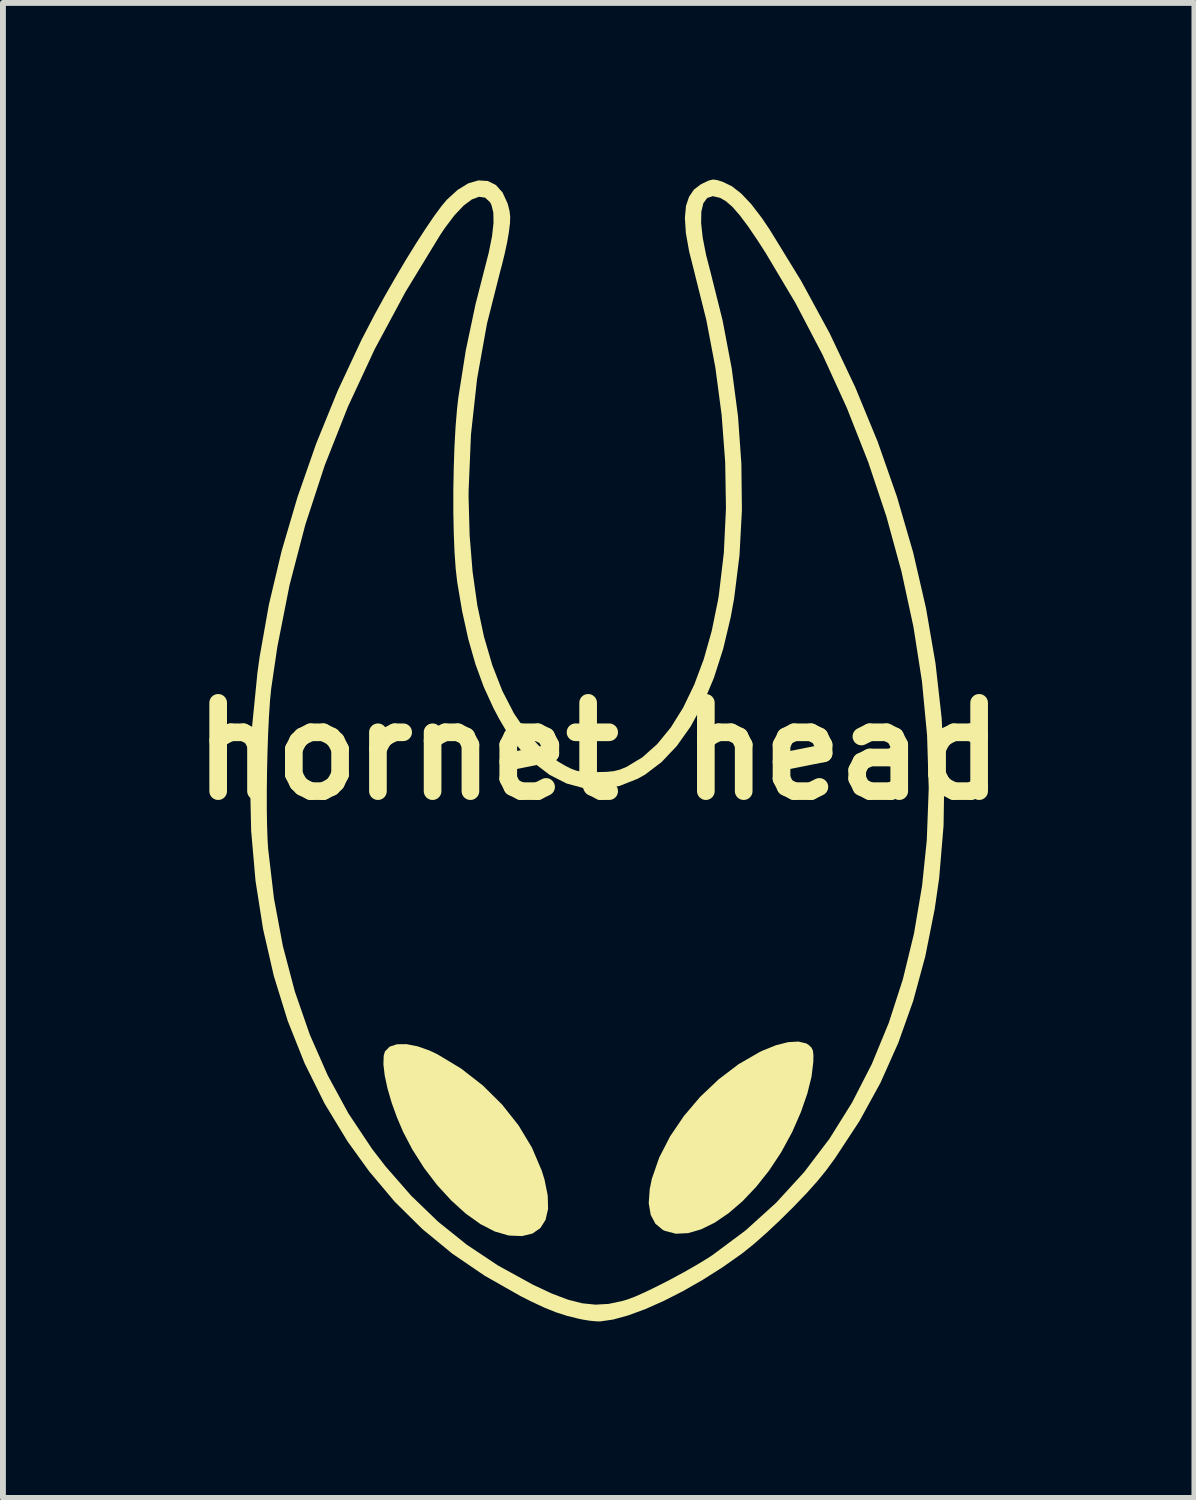
<source format=kicad_pcb>
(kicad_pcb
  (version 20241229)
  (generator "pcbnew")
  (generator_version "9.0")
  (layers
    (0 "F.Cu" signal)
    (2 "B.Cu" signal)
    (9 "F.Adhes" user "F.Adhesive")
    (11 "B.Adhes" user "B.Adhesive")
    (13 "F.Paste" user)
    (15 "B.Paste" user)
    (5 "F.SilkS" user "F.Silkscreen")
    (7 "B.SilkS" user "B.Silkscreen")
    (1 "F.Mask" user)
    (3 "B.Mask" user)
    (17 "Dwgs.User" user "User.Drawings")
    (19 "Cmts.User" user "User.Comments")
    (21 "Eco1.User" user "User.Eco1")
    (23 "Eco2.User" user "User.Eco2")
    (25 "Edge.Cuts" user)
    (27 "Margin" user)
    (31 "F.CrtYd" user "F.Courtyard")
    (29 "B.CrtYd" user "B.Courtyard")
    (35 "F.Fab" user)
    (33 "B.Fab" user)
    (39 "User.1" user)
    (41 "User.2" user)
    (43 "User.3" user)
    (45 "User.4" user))
  (footprint "hornet head"
    (layer "F.Cu")
    (at 7.121 9.713)
    (property "Reference" "hornet head" (at 0 0 0) (layer "F.SilkS") (effects (font (size 1.5 1.5) (thickness 0.3))))
    (attr board_only exclude_from_pos_files exclude_from_bom)
    (fp_poly (pts (xy -3.075 5.014) (xy -2.865 5.089) (xy -2.738 5.15) (xy -2.336 5.392) (xy -1.968 5.679) (xy -1.641 6.003) (xy -1.361 6.357) (xy -1.134 6.734) (xy -0.967 7.126) (xy -0.92 7.276) (xy -0.865 7.547) (xy -0.859 7.776) (xy -0.902 7.962) (xy -0.99 8.102) (xy -1.124 8.195) (xy -1.302 8.238) (xy -1.523 8.229) (xy -1.537 8.226) (xy -1.767 8.159) (xy -2.009 8.034) (xy -2.257 7.857) (xy -2.503 7.634) (xy -2.742 7.374) (xy -2.965 7.082) (xy -3.166 6.765) (xy -3.321 6.47) (xy -3.428 6.219) (xy -3.518 5.969) (xy -3.588 5.728) (xy -3.635 5.509) (xy -3.657 5.32) (xy -3.652 5.174) (xy -3.63 5.1) (xy -3.551 5.02) (xy -3.427 4.979) (xy -3.265 4.977)) (stroke (width 0) (type solid)) (fill yes) (layer "F.SilkS"))
    (fp_poly (pts (xy 3.528 4.965) (xy 3.57 4.992) (xy 3.617 5.037) (xy 3.641 5.089) (xy 3.649 5.17) (xy 3.647 5.28) (xy 3.617 5.53) (xy 3.545 5.818) (xy 3.437 6.13) (xy 3.296 6.453) (xy 3.282 6.482) (xy 3.099 6.818) (xy 2.895 7.126) (xy 2.675 7.403) (xy 2.444 7.646) (xy 2.208 7.849) (xy 1.972 8.01) (xy 1.74 8.124) (xy 1.518 8.188) (xy 1.311 8.198) (xy 1.124 8.149) (xy 1.09 8.133) (xy 0.964 8.028) (xy 0.884 7.876) (xy 0.851 7.681) (xy 0.867 7.444) (xy 0.904 7.264) (xy 1.029 6.904) (xy 1.214 6.544) (xy 1.449 6.197) (xy 1.727 5.87) (xy 2.04 5.574) (xy 2.378 5.317) (xy 2.735 5.111) (xy 2.783 5.088) (xy 3.014 4.995) (xy 3.22 4.943) (xy 3.394 4.933)) (stroke (width 0) (type solid)) (fill yes) (layer "F.SilkS"))
    (fp_poly (pts (xy 2.013 -9.704) (xy 2.109 -9.673) (xy 2.263 -9.599) (xy 2.422 -9.475) (xy 2.59 -9.298) (xy 2.771 -9.062) (xy 2.905 -8.864) (xy 3.44 -7.992) (xy 3.926 -7.098) (xy 4.359 -6.185) (xy 4.741 -5.258) (xy 5.069 -4.321) (xy 5.343 -3.379) (xy 5.561 -2.435) (xy 5.723 -1.494) (xy 5.828 -0.561) (xy 5.874 0.361) (xy 5.86 1.266) (xy 5.786 2.152) (xy 5.709 2.686) (xy 5.549 3.488) (xy 5.344 4.243) (xy 5.09 4.957) (xy 4.787 5.636) (xy 4.43 6.286) (xy 4.018 6.913) (xy 3.864 7.124) (xy 3.717 7.304) (xy 3.53 7.513) (xy 3.315 7.737) (xy 3.086 7.964) (xy 2.857 8.179) (xy 2.64 8.371) (xy 2.448 8.525) (xy 2.431 8.538) (xy 2.105 8.768) (xy 1.769 8.981) (xy 1.433 9.173) (xy 1.105 9.34) (xy 0.792 9.479) (xy 0.504 9.585) (xy 0.247 9.656) (xy 0.031 9.687) (xy -0.03 9.687) (xy -0.136 9.678) (xy -0.269 9.657) (xy -0.34 9.642) (xy -0.538 9.593) (xy -0.725 9.533) (xy -0.919 9.455) (xy -1.138 9.353) (xy -1.326 9.258) (xy -1.936 8.912) (xy -2.49 8.534) (xy -2.998 8.116) (xy -3.466 7.653) (xy -3.901 7.136) (xy -4.265 6.631) (xy -4.656 5.987) (xy -4.996 5.302) (xy -5.284 4.578) (xy -5.519 3.818) (xy -5.701 3.024) (xy -5.83 2.201) (xy -5.904 1.35) (xy -5.919 0.674) (xy -5.638 0.674) (xy -5.638 0.991) (xy -5.633 1.28) (xy -5.624 1.526) (xy -5.615 1.661) (xy -5.516 2.502) (xy -5.365 3.31) (xy -5.162 4.081) (xy -4.908 4.814) (xy -4.603 5.507) (xy -4.25 6.156) (xy -3.848 6.759) (xy -3.619 7.056) (xy -3.184 7.553) (xy -2.728 7.993) (xy -2.241 8.384) (xy -1.713 8.736) (xy -1.131 9.056) (xy -1.101 9.071) (xy -0.792 9.216) (xy -0.522 9.318) (xy -0.279 9.38) (xy -0.053 9.403) (xy 0.17 9.39) (xy 0.401 9.341) (xy 0.483 9.317) (xy 0.615 9.268) (xy 0.792 9.189) (xy 0.998 9.089) (xy 1.221 8.975) (xy 1.446 8.853) (xy 1.66 8.731) (xy 1.848 8.617) (xy 1.932 8.562) (xy 2.495 8.143) (xy 3.015 7.672) (xy 3.491 7.152) (xy 3.921 6.585) (xy 4.304 5.972) (xy 4.641 5.315) (xy 4.929 4.616) (xy 5.168 3.877) (xy 5.357 3.101) (xy 5.495 2.287) (xy 5.575 1.513) (xy 5.608 0.633) (xy 5.58 -0.269) (xy 5.493 -1.187) (xy 5.348 -2.115) (xy 5.146 -3.049) (xy 4.89 -3.984) (xy 4.58 -4.912) (xy 4.218 -5.83) (xy 3.806 -6.732) (xy 3.345 -7.613) (xy 2.837 -8.466) (xy 2.704 -8.673) (xy 2.538 -8.918) (xy 2.396 -9.107) (xy 2.274 -9.247) (xy 2.164 -9.343) (xy 2.065 -9.401) (xy 1.94 -9.43) (xy 1.844 -9.399) (xy 1.779 -9.311) (xy 1.745 -9.168) (xy 1.741 -8.972) (xy 1.768 -8.725) (xy 1.826 -8.429) (xy 1.904 -8.127) (xy 2.106 -7.319) (xy 2.261 -6.503) (xy 2.368 -5.688) (xy 2.425 -4.882) (xy 2.434 -4.093) (xy 2.393 -3.328) (xy 2.302 -2.597) (xy 2.244 -2.278) (xy 2.116 -1.739) (xy 1.959 -1.248) (xy 1.774 -0.808) (xy 1.563 -0.42) (xy 1.328 -0.089) (xy 1.07 0.184) (xy 0.791 0.396) (xy 0.663 0.468) (xy 0.358 0.589) (xy 0.054 0.643) (xy -0.248 0.629) (xy -0.544 0.549) (xy -0.833 0.402) (xy -1.112 0.189) (xy -1.146 0.158) (xy -1.306 -0.001) (xy -1.442 -0.16) (xy -1.565 -0.336) (xy -1.689 -0.547) (xy -1.789 -0.736) (xy -1.953 -1.095) (xy -2.094 -1.481) (xy -2.215 -1.905) (xy -2.319 -2.377) (xy -2.403 -2.873) (xy -2.429 -3.103) (xy -2.449 -3.387) (xy -2.462 -3.712) (xy -2.469 -4.067) (xy -2.469 -4.437) (xy -2.462 -4.809) (xy -2.45 -5.172) (xy -2.431 -5.511) (xy -2.406 -5.813) (xy -2.385 -6.001) (xy -2.257 -6.812) (xy -2.091 -7.598) (xy -1.951 -8.144) (xy -1.866 -8.476) (xy -1.811 -8.752) (xy -1.786 -8.975) (xy -1.789 -9.15) (xy -1.821 -9.279) (xy -1.845 -9.327) (xy -1.928 -9.404) (xy -2.032 -9.42) (xy -2.155 -9.374) (xy -2.295 -9.269) (xy -2.448 -9.107) (xy -2.614 -8.888) (xy -2.691 -8.773) (xy -3.281 -7.805) (xy -3.804 -6.832) (xy -4.261 -5.85) (xy -4.654 -4.856) (xy -4.984 -3.847) (xy -5.252 -2.82) (xy -5.459 -1.772) (xy -5.563 -1.066) (xy -5.583 -0.865) (xy -5.6 -0.61) (xy -5.615 -0.315) (xy -5.626 0.006) (xy -5.634 0.341) (xy -5.638 0.674) (xy -5.919 0.674) (xy -5.924 0.475) (xy -5.888 -0.421) (xy -5.797 -1.335) (xy -5.761 -1.596) (xy -5.603 -2.488) (xy -5.387 -3.399) (xy -5.117 -4.316) (xy -4.798 -5.229) (xy -4.433 -6.125) (xy -4.027 -6.994) (xy -3.802 -7.426) (xy -3.63 -7.739) (xy -3.452 -8.049) (xy -3.275 -8.348) (xy -3.102 -8.628) (xy -2.939 -8.88) (xy -2.793 -9.095) (xy -2.667 -9.265) (xy -2.582 -9.367) (xy -2.396 -9.537) (xy -2.215 -9.648) (xy -2.043 -9.698) (xy -1.884 -9.688) (xy -1.746 -9.62) (xy -1.632 -9.492) (xy -1.547 -9.306) (xy -1.541 -9.286) (xy -1.514 -9.179) (xy -1.503 -9.083) (xy -1.506 -8.972) (xy -1.525 -8.822) (xy -1.527 -8.807) (xy -1.556 -8.639) (xy -1.599 -8.441) (xy -1.647 -8.246) (xy -1.666 -8.178) (xy -1.897 -7.264) (xy -2.065 -6.329) (xy -2.169 -5.382) (xy -2.209 -4.433) (xy -2.21 -4.321) (xy -2.192 -3.668) (xy -2.142 -3.052) (xy -2.061 -2.477) (xy -1.948 -1.945) (xy -1.806 -1.46) (xy -1.636 -1.024) (xy -1.437 -0.639) (xy -1.212 -0.308) (xy -0.962 -0.035) (xy -0.686 0.178) (xy -0.562 0.25) (xy -0.459 0.301) (xy -0.373 0.332) (xy -0.281 0.349) (xy -0.161 0.355) (xy -0.034 0.355) (xy 0.133 0.351) (xy 0.256 0.339) (xy 0.357 0.314) (xy 0.459 0.273) (xy 0.476 0.265) (xy 0.743 0.104) (xy 0.994 -0.12) (xy 1.225 -0.402) (xy 1.436 -0.74) (xy 1.623 -1.128) (xy 1.786 -1.564) (xy 1.921 -2.043) (xy 2.027 -2.562) (xy 2.042 -2.652) (xy 2.127 -3.371) (xy 2.163 -4.127) (xy 2.15 -4.91) (xy 2.09 -5.71) (xy 1.983 -6.518) (xy 1.83 -7.324) (xy 1.631 -8.119) (xy 1.629 -8.129) (xy 1.537 -8.493) (xy 1.482 -8.802) (xy 1.465 -9.059) (xy 1.484 -9.266) (xy 1.536 -9.419) (xy 1.619 -9.542) (xy 1.733 -9.629) (xy 1.776 -9.651) (xy 1.872 -9.696) (xy 1.94 -9.713)) (stroke (width 0) (type solid)) (fill yes) (layer "F.SilkS")))
  (gr_rect
    (start -3 -3)
    (end 17.243 22.4)
    (stroke (width 0.1) (type default))
    (fill no)
    (layer "Edge.Cuts")))
</source>
